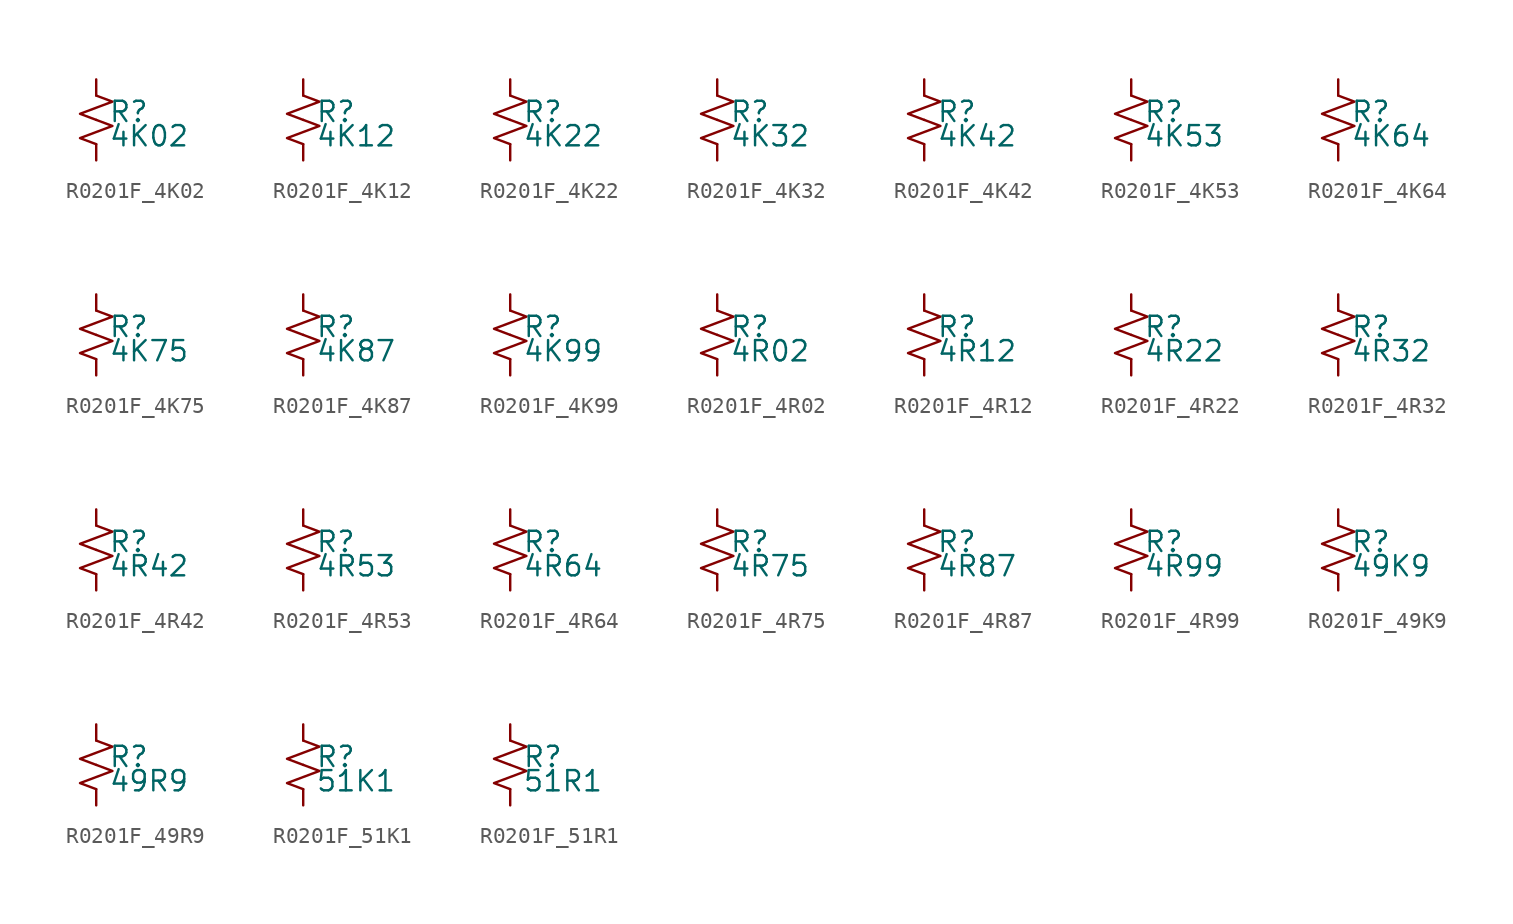
<source format=kicad_sym>
(kicad_symbol_lib
  (version 20220914)
  (generator kicad_symbol_editor)
  (symbol "R0201F_4K02"
    (pin_numbers hide)
    (pin_names
      (offset 0.254) hide)
    (property "Reference" "R"
      (at 0.762 0.508 0)
      (effects (font (size 1.27 1.27)) (justify left)))
    (property "Value" "4K02"
      (at 0.762 -1.016 0)
      (effects (font (size 1.27 1.27)) (justify left)))
    (symbol "R0201F_4K02_1_1"
      (polyline (pts (xy 0 0) (xy 1.016 -0.381) (xy 0 -0.762) (xy -1.016 -1.143) (xy 0 -1.524)) (stroke (width 0) (type default)) (fill (type none)))
      (polyline (pts (xy 0 1.524) (xy 1.016 1.143) (xy 0 0.762) (xy -1.016 0.381) (xy 0 0)) (stroke (width 0) (type default)) (fill (type none)))
      (pin passive line (at 0 2.54 270) (length 1.016) (name "~" (effects (font (size 1.27 1.27)))) (number "1" (effects (font (size 1.27 1.27)))))
      (pin passive line (at 0 -2.54 90) (length 1.016) (name "~" (effects (font (size 1.27 1.27)))) (number "2" (effects (font (size 1.27 1.27)))))))
  (symbol "R0201F_4K12"
    (pin_numbers hide)
    (pin_names
      (offset 0.254) hide)
    (property "Reference" "R"
      (at 0.762 0.508 0)
      (effects (font (size 1.27 1.27)) (justify left)))
    (property "Value" "4K12"
      (at 0.762 -1.016 0)
      (effects (font (size 1.27 1.27)) (justify left)))
    (symbol "R0201F_4K12_1_1"
      (polyline (pts (xy 0 0) (xy 1.016 -0.381) (xy 0 -0.762) (xy -1.016 -1.143) (xy 0 -1.524)) (stroke (width 0) (type default)) (fill (type none)))
      (polyline (pts (xy 0 1.524) (xy 1.016 1.143) (xy 0 0.762) (xy -1.016 0.381) (xy 0 0)) (stroke (width 0) (type default)) (fill (type none)))
      (pin passive line (at 0 2.54 270) (length 1.016) (name "~" (effects (font (size 1.27 1.27)))) (number "1" (effects (font (size 1.27 1.27)))))
      (pin passive line (at 0 -2.54 90) (length 1.016) (name "~" (effects (font (size 1.27 1.27)))) (number "2" (effects (font (size 1.27 1.27)))))))
  (symbol "R0201F_4K22"
    (pin_numbers hide)
    (pin_names
      (offset 0.254) hide)
    (property "Reference" "R"
      (at 0.762 0.508 0)
      (effects (font (size 1.27 1.27)) (justify left)))
    (property "Value" "4K22"
      (at 0.762 -1.016 0)
      (effects (font (size 1.27 1.27)) (justify left)))
    (symbol "R0201F_4K22_1_1"
      (polyline (pts (xy 0 0) (xy 1.016 -0.381) (xy 0 -0.762) (xy -1.016 -1.143) (xy 0 -1.524)) (stroke (width 0) (type default)) (fill (type none)))
      (polyline (pts (xy 0 1.524) (xy 1.016 1.143) (xy 0 0.762) (xy -1.016 0.381) (xy 0 0)) (stroke (width 0) (type default)) (fill (type none)))
      (pin passive line (at 0 2.54 270) (length 1.016) (name "~" (effects (font (size 1.27 1.27)))) (number "1" (effects (font (size 1.27 1.27)))))
      (pin passive line (at 0 -2.54 90) (length 1.016) (name "~" (effects (font (size 1.27 1.27)))) (number "2" (effects (font (size 1.27 1.27)))))))
  (symbol "R0201F_4K32"
    (pin_numbers hide)
    (pin_names
      (offset 0.254) hide)
    (property "Reference" "R"
      (at 0.762 0.508 0)
      (effects (font (size 1.27 1.27)) (justify left)))
    (property "Value" "4K32"
      (at 0.762 -1.016 0)
      (effects (font (size 1.27 1.27)) (justify left)))
    (symbol "R0201F_4K32_1_1"
      (polyline (pts (xy 0 0) (xy 1.016 -0.381) (xy 0 -0.762) (xy -1.016 -1.143) (xy 0 -1.524)) (stroke (width 0) (type default)) (fill (type none)))
      (polyline (pts (xy 0 1.524) (xy 1.016 1.143) (xy 0 0.762) (xy -1.016 0.381) (xy 0 0)) (stroke (width 0) (type default)) (fill (type none)))
      (pin passive line (at 0 2.54 270) (length 1.016) (name "~" (effects (font (size 1.27 1.27)))) (number "1" (effects (font (size 1.27 1.27)))))
      (pin passive line (at 0 -2.54 90) (length 1.016) (name "~" (effects (font (size 1.27 1.27)))) (number "2" (effects (font (size 1.27 1.27)))))))
  (symbol "R0201F_4K42"
    (pin_numbers hide)
    (pin_names
      (offset 0.254) hide)
    (property "Reference" "R"
      (at 0.762 0.508 0)
      (effects (font (size 1.27 1.27)) (justify left)))
    (property "Value" "4K42"
      (at 0.762 -1.016 0)
      (effects (font (size 1.27 1.27)) (justify left)))
    (symbol "R0201F_4K42_1_1"
      (polyline (pts (xy 0 0) (xy 1.016 -0.381) (xy 0 -0.762) (xy -1.016 -1.143) (xy 0 -1.524)) (stroke (width 0) (type default)) (fill (type none)))
      (polyline (pts (xy 0 1.524) (xy 1.016 1.143) (xy 0 0.762) (xy -1.016 0.381) (xy 0 0)) (stroke (width 0) (type default)) (fill (type none)))
      (pin passive line (at 0 2.54 270) (length 1.016) (name "~" (effects (font (size 1.27 1.27)))) (number "1" (effects (font (size 1.27 1.27)))))
      (pin passive line (at 0 -2.54 90) (length 1.016) (name "~" (effects (font (size 1.27 1.27)))) (number "2" (effects (font (size 1.27 1.27)))))))
  (symbol "R0201F_4K53"
    (pin_numbers hide)
    (pin_names
      (offset 0.254) hide)
    (property "Reference" "R"
      (at 0.762 0.508 0)
      (effects (font (size 1.27 1.27)) (justify left)))
    (property "Value" "4K53"
      (at 0.762 -1.016 0)
      (effects (font (size 1.27 1.27)) (justify left)))
    (symbol "R0201F_4K53_1_1"
      (polyline (pts (xy 0 0) (xy 1.016 -0.381) (xy 0 -0.762) (xy -1.016 -1.143) (xy 0 -1.524)) (stroke (width 0) (type default)) (fill (type none)))
      (polyline (pts (xy 0 1.524) (xy 1.016 1.143) (xy 0 0.762) (xy -1.016 0.381) (xy 0 0)) (stroke (width 0) (type default)) (fill (type none)))
      (pin passive line (at 0 2.54 270) (length 1.016) (name "~" (effects (font (size 1.27 1.27)))) (number "1" (effects (font (size 1.27 1.27)))))
      (pin passive line (at 0 -2.54 90) (length 1.016) (name "~" (effects (font (size 1.27 1.27)))) (number "2" (effects (font (size 1.27 1.27)))))))
  (symbol "R0201F_4K64"
    (pin_numbers hide)
    (pin_names
      (offset 0.254) hide)
    (property "Reference" "R"
      (at 0.762 0.508 0)
      (effects (font (size 1.27 1.27)) (justify left)))
    (property "Value" "4K64"
      (at 0.762 -1.016 0)
      (effects (font (size 1.27 1.27)) (justify left)))
    (symbol "R0201F_4K64_1_1"
      (polyline (pts (xy 0 0) (xy 1.016 -0.381) (xy 0 -0.762) (xy -1.016 -1.143) (xy 0 -1.524)) (stroke (width 0) (type default)) (fill (type none)))
      (polyline (pts (xy 0 1.524) (xy 1.016 1.143) (xy 0 0.762) (xy -1.016 0.381) (xy 0 0)) (stroke (width 0) (type default)) (fill (type none)))
      (pin passive line (at 0 2.54 270) (length 1.016) (name "~" (effects (font (size 1.27 1.27)))) (number "1" (effects (font (size 1.27 1.27)))))
      (pin passive line (at 0 -2.54 90) (length 1.016) (name "~" (effects (font (size 1.27 1.27)))) (number "2" (effects (font (size 1.27 1.27)))))))
  (symbol "R0201F_4K75"
    (pin_numbers hide)
    (pin_names
      (offset 0.254) hide)
    (property "Reference" "R"
      (at 0.762 0.508 0)
      (effects (font (size 1.27 1.27)) (justify left)))
    (property "Value" "4K75"
      (at 0.762 -1.016 0)
      (effects (font (size 1.27 1.27)) (justify left)))
    (symbol "R0201F_4K75_1_1"
      (polyline (pts (xy 0 0) (xy 1.016 -0.381) (xy 0 -0.762) (xy -1.016 -1.143) (xy 0 -1.524)) (stroke (width 0) (type default)) (fill (type none)))
      (polyline (pts (xy 0 1.524) (xy 1.016 1.143) (xy 0 0.762) (xy -1.016 0.381) (xy 0 0)) (stroke (width 0) (type default)) (fill (type none)))
      (pin passive line (at 0 2.54 270) (length 1.016) (name "~" (effects (font (size 1.27 1.27)))) (number "1" (effects (font (size 1.27 1.27)))))
      (pin passive line (at 0 -2.54 90) (length 1.016) (name "~" (effects (font (size 1.27 1.27)))) (number "2" (effects (font (size 1.27 1.27)))))))
  (symbol "R0201F_4K87"
    (pin_numbers hide)
    (pin_names
      (offset 0.254) hide)
    (property "Reference" "R"
      (at 0.762 0.508 0)
      (effects (font (size 1.27 1.27)) (justify left)))
    (property "Value" "4K87"
      (at 0.762 -1.016 0)
      (effects (font (size 1.27 1.27)) (justify left)))
    (symbol "R0201F_4K87_1_1"
      (polyline (pts (xy 0 0) (xy 1.016 -0.381) (xy 0 -0.762) (xy -1.016 -1.143) (xy 0 -1.524)) (stroke (width 0) (type default)) (fill (type none)))
      (polyline (pts (xy 0 1.524) (xy 1.016 1.143) (xy 0 0.762) (xy -1.016 0.381) (xy 0 0)) (stroke (width 0) (type default)) (fill (type none)))
      (pin passive line (at 0 2.54 270) (length 1.016) (name "~" (effects (font (size 1.27 1.27)))) (number "1" (effects (font (size 1.27 1.27)))))
      (pin passive line (at 0 -2.54 90) (length 1.016) (name "~" (effects (font (size 1.27 1.27)))) (number "2" (effects (font (size 1.27 1.27)))))))
  (symbol "R0201F_4K99"
    (pin_numbers hide)
    (pin_names
      (offset 0.254) hide)
    (property "Reference" "R"
      (at 0.762 0.508 0)
      (effects (font (size 1.27 1.27)) (justify left)))
    (property "Value" "4K99"
      (at 0.762 -1.016 0)
      (effects (font (size 1.27 1.27)) (justify left)))
    (symbol "R0201F_4K99_1_1"
      (polyline (pts (xy 0 0) (xy 1.016 -0.381) (xy 0 -0.762) (xy -1.016 -1.143) (xy 0 -1.524)) (stroke (width 0) (type default)) (fill (type none)))
      (polyline (pts (xy 0 1.524) (xy 1.016 1.143) (xy 0 0.762) (xy -1.016 0.381) (xy 0 0)) (stroke (width 0) (type default)) (fill (type none)))
      (pin passive line (at 0 2.54 270) (length 1.016) (name "~" (effects (font (size 1.27 1.27)))) (number "1" (effects (font (size 1.27 1.27)))))
      (pin passive line (at 0 -2.54 90) (length 1.016) (name "~" (effects (font (size 1.27 1.27)))) (number "2" (effects (font (size 1.27 1.27)))))))
  (symbol "R0201F_4R02"
    (pin_numbers hide)
    (pin_names
      (offset 0.254) hide)
    (property "Reference" "R"
      (at 0.762 0.508 0)
      (effects (font (size 1.27 1.27)) (justify left)))
    (property "Value" "4R02"
      (at 0.762 -1.016 0)
      (effects (font (size 1.27 1.27)) (justify left)))
    (symbol "R0201F_4R02_1_1"
      (polyline (pts (xy 0 0) (xy 1.016 -0.381) (xy 0 -0.762) (xy -1.016 -1.143) (xy 0 -1.524)) (stroke (width 0) (type default)) (fill (type none)))
      (polyline (pts (xy 0 1.524) (xy 1.016 1.143) (xy 0 0.762) (xy -1.016 0.381) (xy 0 0)) (stroke (width 0) (type default)) (fill (type none)))
      (pin passive line (at 0 2.54 270) (length 1.016) (name "~" (effects (font (size 1.27 1.27)))) (number "1" (effects (font (size 1.27 1.27)))))
      (pin passive line (at 0 -2.54 90) (length 1.016) (name "~" (effects (font (size 1.27 1.27)))) (number "2" (effects (font (size 1.27 1.27)))))))
  (symbol "R0201F_4R12"
    (pin_numbers hide)
    (pin_names
      (offset 0.254) hide)
    (property "Reference" "R"
      (at 0.762 0.508 0)
      (effects (font (size 1.27 1.27)) (justify left)))
    (property "Value" "4R12"
      (at 0.762 -1.016 0)
      (effects (font (size 1.27 1.27)) (justify left)))
    (symbol "R0201F_4R12_1_1"
      (polyline (pts (xy 0 0) (xy 1.016 -0.381) (xy 0 -0.762) (xy -1.016 -1.143) (xy 0 -1.524)) (stroke (width 0) (type default)) (fill (type none)))
      (polyline (pts (xy 0 1.524) (xy 1.016 1.143) (xy 0 0.762) (xy -1.016 0.381) (xy 0 0)) (stroke (width 0) (type default)) (fill (type none)))
      (pin passive line (at 0 2.54 270) (length 1.016) (name "~" (effects (font (size 1.27 1.27)))) (number "1" (effects (font (size 1.27 1.27)))))
      (pin passive line (at 0 -2.54 90) (length 1.016) (name "~" (effects (font (size 1.27 1.27)))) (number "2" (effects (font (size 1.27 1.27)))))))
  (symbol "R0201F_4R22"
    (pin_numbers hide)
    (pin_names
      (offset 0.254) hide)
    (property "Reference" "R"
      (at 0.762 0.508 0)
      (effects (font (size 1.27 1.27)) (justify left)))
    (property "Value" "4R22"
      (at 0.762 -1.016 0)
      (effects (font (size 1.27 1.27)) (justify left)))
    (symbol "R0201F_4R22_1_1"
      (polyline (pts (xy 0 0) (xy 1.016 -0.381) (xy 0 -0.762) (xy -1.016 -1.143) (xy 0 -1.524)) (stroke (width 0) (type default)) (fill (type none)))
      (polyline (pts (xy 0 1.524) (xy 1.016 1.143) (xy 0 0.762) (xy -1.016 0.381) (xy 0 0)) (stroke (width 0) (type default)) (fill (type none)))
      (pin passive line (at 0 2.54 270) (length 1.016) (name "~" (effects (font (size 1.27 1.27)))) (number "1" (effects (font (size 1.27 1.27)))))
      (pin passive line (at 0 -2.54 90) (length 1.016) (name "~" (effects (font (size 1.27 1.27)))) (number "2" (effects (font (size 1.27 1.27)))))))
  (symbol "R0201F_4R32"
    (pin_numbers hide)
    (pin_names
      (offset 0.254) hide)
    (property "Reference" "R"
      (at 0.762 0.508 0)
      (effects (font (size 1.27 1.27)) (justify left)))
    (property "Value" "4R32"
      (at 0.762 -1.016 0)
      (effects (font (size 1.27 1.27)) (justify left)))
    (symbol "R0201F_4R32_1_1"
      (polyline (pts (xy 0 0) (xy 1.016 -0.381) (xy 0 -0.762) (xy -1.016 -1.143) (xy 0 -1.524)) (stroke (width 0) (type default)) (fill (type none)))
      (polyline (pts (xy 0 1.524) (xy 1.016 1.143) (xy 0 0.762) (xy -1.016 0.381) (xy 0 0)) (stroke (width 0) (type default)) (fill (type none)))
      (pin passive line (at 0 2.54 270) (length 1.016) (name "~" (effects (font (size 1.27 1.27)))) (number "1" (effects (font (size 1.27 1.27)))))
      (pin passive line (at 0 -2.54 90) (length 1.016) (name "~" (effects (font (size 1.27 1.27)))) (number "2" (effects (font (size 1.27 1.27)))))))
  (symbol "R0201F_4R42"
    (pin_numbers hide)
    (pin_names
      (offset 0.254) hide)
    (property "Reference" "R"
      (at 0.762 0.508 0)
      (effects (font (size 1.27 1.27)) (justify left)))
    (property "Value" "4R42"
      (at 0.762 -1.016 0)
      (effects (font (size 1.27 1.27)) (justify left)))
    (symbol "R0201F_4R42_1_1"
      (polyline (pts (xy 0 0) (xy 1.016 -0.381) (xy 0 -0.762) (xy -1.016 -1.143) (xy 0 -1.524)) (stroke (width 0) (type default)) (fill (type none)))
      (polyline (pts (xy 0 1.524) (xy 1.016 1.143) (xy 0 0.762) (xy -1.016 0.381) (xy 0 0)) (stroke (width 0) (type default)) (fill (type none)))
      (pin passive line (at 0 2.54 270) (length 1.016) (name "~" (effects (font (size 1.27 1.27)))) (number "1" (effects (font (size 1.27 1.27)))))
      (pin passive line (at 0 -2.54 90) (length 1.016) (name "~" (effects (font (size 1.27 1.27)))) (number "2" (effects (font (size 1.27 1.27)))))))
  (symbol "R0201F_4R53"
    (pin_numbers hide)
    (pin_names
      (offset 0.254) hide)
    (property "Reference" "R"
      (at 0.762 0.508 0)
      (effects (font (size 1.27 1.27)) (justify left)))
    (property "Value" "4R53"
      (at 0.762 -1.016 0)
      (effects (font (size 1.27 1.27)) (justify left)))
    (symbol "R0201F_4R53_1_1"
      (polyline (pts (xy 0 0) (xy 1.016 -0.381) (xy 0 -0.762) (xy -1.016 -1.143) (xy 0 -1.524)) (stroke (width 0) (type default)) (fill (type none)))
      (polyline (pts (xy 0 1.524) (xy 1.016 1.143) (xy 0 0.762) (xy -1.016 0.381) (xy 0 0)) (stroke (width 0) (type default)) (fill (type none)))
      (pin passive line (at 0 2.54 270) (length 1.016) (name "~" (effects (font (size 1.27 1.27)))) (number "1" (effects (font (size 1.27 1.27)))))
      (pin passive line (at 0 -2.54 90) (length 1.016) (name "~" (effects (font (size 1.27 1.27)))) (number "2" (effects (font (size 1.27 1.27)))))))
  (symbol "R0201F_4R64"
    (pin_numbers hide)
    (pin_names
      (offset 0.254) hide)
    (property "Reference" "R"
      (at 0.762 0.508 0)
      (effects (font (size 1.27 1.27)) (justify left)))
    (property "Value" "4R64"
      (at 0.762 -1.016 0)
      (effects (font (size 1.27 1.27)) (justify left)))
    (symbol "R0201F_4R64_1_1"
      (polyline (pts (xy 0 0) (xy 1.016 -0.381) (xy 0 -0.762) (xy -1.016 -1.143) (xy 0 -1.524)) (stroke (width 0) (type default)) (fill (type none)))
      (polyline (pts (xy 0 1.524) (xy 1.016 1.143) (xy 0 0.762) (xy -1.016 0.381) (xy 0 0)) (stroke (width 0) (type default)) (fill (type none)))
      (pin passive line (at 0 2.54 270) (length 1.016) (name "~" (effects (font (size 1.27 1.27)))) (number "1" (effects (font (size 1.27 1.27)))))
      (pin passive line (at 0 -2.54 90) (length 1.016) (name "~" (effects (font (size 1.27 1.27)))) (number "2" (effects (font (size 1.27 1.27)))))))
  (symbol "R0201F_4R75"
    (pin_numbers hide)
    (pin_names
      (offset 0.254) hide)
    (property "Reference" "R"
      (at 0.762 0.508 0)
      (effects (font (size 1.27 1.27)) (justify left)))
    (property "Value" "4R75"
      (at 0.762 -1.016 0)
      (effects (font (size 1.27 1.27)) (justify left)))
    (symbol "R0201F_4R75_1_1"
      (polyline (pts (xy 0 0) (xy 1.016 -0.381) (xy 0 -0.762) (xy -1.016 -1.143) (xy 0 -1.524)) (stroke (width 0) (type default)) (fill (type none)))
      (polyline (pts (xy 0 1.524) (xy 1.016 1.143) (xy 0 0.762) (xy -1.016 0.381) (xy 0 0)) (stroke (width 0) (type default)) (fill (type none)))
      (pin passive line (at 0 2.54 270) (length 1.016) (name "~" (effects (font (size 1.27 1.27)))) (number "1" (effects (font (size 1.27 1.27)))))
      (pin passive line (at 0 -2.54 90) (length 1.016) (name "~" (effects (font (size 1.27 1.27)))) (number "2" (effects (font (size 1.27 1.27)))))))
  (symbol "R0201F_4R87"
    (pin_numbers hide)
    (pin_names
      (offset 0.254) hide)
    (property "Reference" "R"
      (at 0.762 0.508 0)
      (effects (font (size 1.27 1.27)) (justify left)))
    (property "Value" "4R87"
      (at 0.762 -1.016 0)
      (effects (font (size 1.27 1.27)) (justify left)))
    (symbol "R0201F_4R87_1_1"
      (polyline (pts (xy 0 0) (xy 1.016 -0.381) (xy 0 -0.762) (xy -1.016 -1.143) (xy 0 -1.524)) (stroke (width 0) (type default)) (fill (type none)))
      (polyline (pts (xy 0 1.524) (xy 1.016 1.143) (xy 0 0.762) (xy -1.016 0.381) (xy 0 0)) (stroke (width 0) (type default)) (fill (type none)))
      (pin passive line (at 0 2.54 270) (length 1.016) (name "~" (effects (font (size 1.27 1.27)))) (number "1" (effects (font (size 1.27 1.27)))))
      (pin passive line (at 0 -2.54 90) (length 1.016) (name "~" (effects (font (size 1.27 1.27)))) (number "2" (effects (font (size 1.27 1.27)))))))
  (symbol "R0201F_4R99"
    (pin_numbers hide)
    (pin_names
      (offset 0.254) hide)
    (property "Reference" "R"
      (at 0.762 0.508 0)
      (effects (font (size 1.27 1.27)) (justify left)))
    (property "Value" "4R99"
      (at 0.762 -1.016 0)
      (effects (font (size 1.27 1.27)) (justify left)))
    (symbol "R0201F_4R99_1_1"
      (polyline (pts (xy 0 0) (xy 1.016 -0.381) (xy 0 -0.762) (xy -1.016 -1.143) (xy 0 -1.524)) (stroke (width 0) (type default)) (fill (type none)))
      (polyline (pts (xy 0 1.524) (xy 1.016 1.143) (xy 0 0.762) (xy -1.016 0.381) (xy 0 0)) (stroke (width 0) (type default)) (fill (type none)))
      (pin passive line (at 0 2.54 270) (length 1.016) (name "~" (effects (font (size 1.27 1.27)))) (number "1" (effects (font (size 1.27 1.27)))))
      (pin passive line (at 0 -2.54 90) (length 1.016) (name "~" (effects (font (size 1.27 1.27)))) (number "2" (effects (font (size 1.27 1.27)))))))
  (symbol "R0201F_49K9"
    (pin_numbers hide)
    (pin_names
      (offset 0.254) hide)
    (property "Reference" "R"
      (at 0.762 0.508 0)
      (effects (font (size 1.27 1.27)) (justify left)))
    (property "Value" "49K9"
      (at 0.762 -1.016 0)
      (effects (font (size 1.27 1.27)) (justify left)))
    (symbol "R0201F_49K9_1_1"
      (polyline (pts (xy 0 0) (xy 1.016 -0.381) (xy 0 -0.762) (xy -1.016 -1.143) (xy 0 -1.524)) (stroke (width 0) (type default)) (fill (type none)))
      (polyline (pts (xy 0 1.524) (xy 1.016 1.143) (xy 0 0.762) (xy -1.016 0.381) (xy 0 0)) (stroke (width 0) (type default)) (fill (type none)))
      (pin passive line (at 0 2.54 270) (length 1.016) (name "~" (effects (font (size 1.27 1.27)))) (number "1" (effects (font (size 1.27 1.27)))))
      (pin passive line (at 0 -2.54 90) (length 1.016) (name "~" (effects (font (size 1.27 1.27)))) (number "2" (effects (font (size 1.27 1.27)))))))
  (symbol "R0201F_49R9"
    (pin_numbers hide)
    (pin_names
      (offset 0.254) hide)
    (property "Reference" "R"
      (at 0.762 0.508 0)
      (effects (font (size 1.27 1.27)) (justify left)))
    (property "Value" "49R9"
      (at 0.762 -1.016 0)
      (effects (font (size 1.27 1.27)) (justify left)))
    (symbol "R0201F_49R9_1_1"
      (polyline (pts (xy 0 0) (xy 1.016 -0.381) (xy 0 -0.762) (xy -1.016 -1.143) (xy 0 -1.524)) (stroke (width 0) (type default)) (fill (type none)))
      (polyline (pts (xy 0 1.524) (xy 1.016 1.143) (xy 0 0.762) (xy -1.016 0.381) (xy 0 0)) (stroke (width 0) (type default)) (fill (type none)))
      (pin passive line (at 0 2.54 270) (length 1.016) (name "~" (effects (font (size 1.27 1.27)))) (number "1" (effects (font (size 1.27 1.27)))))
      (pin passive line (at 0 -2.54 90) (length 1.016) (name "~" (effects (font (size 1.27 1.27)))) (number "2" (effects (font (size 1.27 1.27)))))))
  (symbol "R0201F_51K1"
    (pin_numbers hide)
    (pin_names
      (offset 0.254) hide)
    (property "Reference" "R"
      (at 0.762 0.508 0)
      (effects (font (size 1.27 1.27)) (justify left)))
    (property "Value" "51K1"
      (at 0.762 -1.016 0)
      (effects (font (size 1.27 1.27)) (justify left)))
    (symbol "R0201F_51K1_1_1"
      (polyline (pts (xy 0 0) (xy 1.016 -0.381) (xy 0 -0.762) (xy -1.016 -1.143) (xy 0 -1.524)) (stroke (width 0) (type default)) (fill (type none)))
      (polyline (pts (xy 0 1.524) (xy 1.016 1.143) (xy 0 0.762) (xy -1.016 0.381) (xy 0 0)) (stroke (width 0) (type default)) (fill (type none)))
      (pin passive line (at 0 2.54 270) (length 1.016) (name "~" (effects (font (size 1.27 1.27)))) (number "1" (effects (font (size 1.27 1.27)))))
      (pin passive line (at 0 -2.54 90) (length 1.016) (name "~" (effects (font (size 1.27 1.27)))) (number "2" (effects (font (size 1.27 1.27)))))))
  (symbol "R0201F_51R1"
    (pin_numbers hide)
    (pin_names
      (offset 0.254) hide)
    (property "Reference" "R"
      (at 0.762 0.508 0)
      (effects (font (size 1.27 1.27)) (justify left)))
    (property "Value" "51R1"
      (at 0.762 -1.016 0)
      (effects (font (size 1.27 1.27)) (justify left)))
    (symbol "R0201F_51R1_1_1"
      (polyline (pts (xy 0 0) (xy 1.016 -0.381) (xy 0 -0.762) (xy -1.016 -1.143) (xy 0 -1.524)) (stroke (width 0) (type default)) (fill (type none)))
      (polyline (pts (xy 0 1.524) (xy 1.016 1.143) (xy 0 0.762) (xy -1.016 0.381) (xy 0 0)) (stroke (width 0) (type default)) (fill (type none)))
      (pin passive line (at 0 2.54 270) (length 1.016) (name "~" (effects (font (size 1.27 1.27)))) (number "1" (effects (font (size 1.27 1.27)))))
      (pin passive line (at 0 -2.54 90) (length 1.016) (name "~" (effects (font (size 1.27 1.27)))) (number "2" (effects (font (size 1.27 1.27))))))))
</source>
